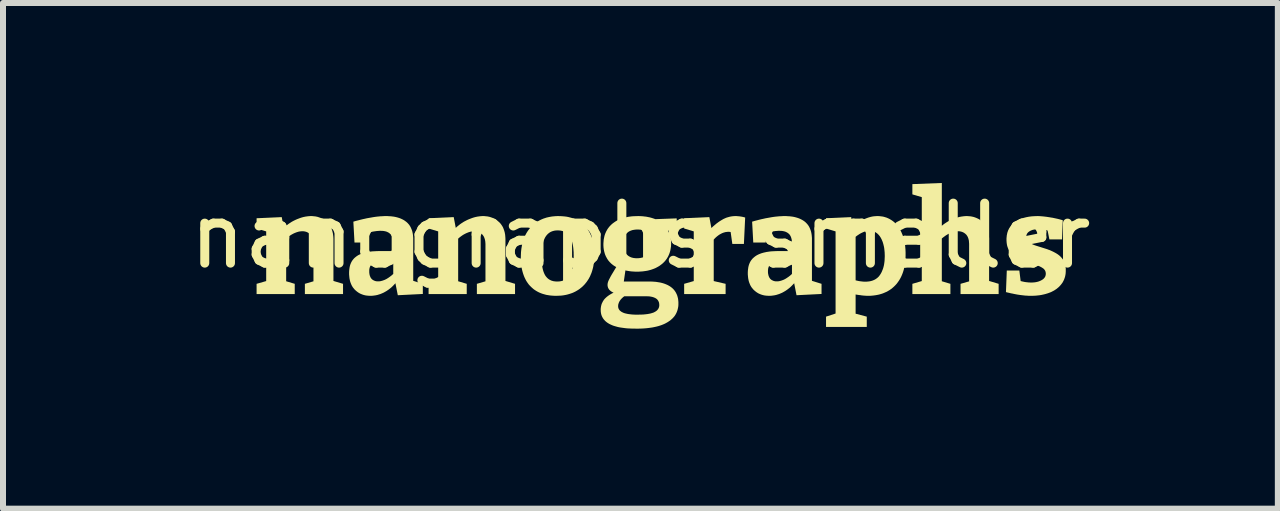
<source format=kicad_pcb>
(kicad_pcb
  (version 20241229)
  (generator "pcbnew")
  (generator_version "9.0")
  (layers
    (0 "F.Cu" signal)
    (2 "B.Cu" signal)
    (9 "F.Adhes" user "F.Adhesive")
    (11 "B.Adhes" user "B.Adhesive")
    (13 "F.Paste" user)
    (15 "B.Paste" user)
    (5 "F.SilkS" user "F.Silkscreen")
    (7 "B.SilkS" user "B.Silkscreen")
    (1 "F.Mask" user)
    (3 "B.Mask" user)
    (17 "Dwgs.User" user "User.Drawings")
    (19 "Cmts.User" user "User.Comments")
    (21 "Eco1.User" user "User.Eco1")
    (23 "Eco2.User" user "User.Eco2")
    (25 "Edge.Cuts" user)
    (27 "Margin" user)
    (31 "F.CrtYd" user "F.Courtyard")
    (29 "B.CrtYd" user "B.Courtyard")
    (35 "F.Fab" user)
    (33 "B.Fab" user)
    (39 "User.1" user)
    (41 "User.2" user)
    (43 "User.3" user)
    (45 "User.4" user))
  (footprint "nanographs smaller"
    (layer "F.Cu")
    (at 7.625 1.381)
    (property "Reference" "nanographs smaller" (at 0 -0.5 0) (unlocked yes) (layer "F.SilkS") (effects (font (size 1 1) (thickness 0.15))))
    (fp_poly (pts (xy 1.604 -0.829) (xy 1.623 -0.827) (xy 1.643 -0.826) (xy 1.663 -0.823) (xy 1.683 -0.82) (xy 1.704 -0.816) (xy 1.725 -0.811) (xy 1.746 -0.805) (xy 1.725 -0.365) (xy 1.532 -0.365) (xy 1.504 -0.563) (xy 1.5 -0.564) (xy 1.496 -0.565) (xy 1.493 -0.565) (xy 1.489 -0.566) (xy 1.486 -0.566) (xy 1.482 -0.566) (xy 1.478 -0.567) (xy 1.475 -0.567) (xy 1.471 -0.567) (xy 1.468 -0.567) (xy 1.458 -0.567) (xy 1.449 -0.566) (xy 1.44 -0.565) (xy 1.431 -0.564) (xy 1.422 -0.563) (xy 1.412 -0.561) (xy 1.403 -0.558) (xy 1.394 -0.556) (xy 1.385 -0.553) (xy 1.375 -0.549) (xy 1.366 -0.546) (xy 1.357 -0.542) (xy 1.348 -0.537) (xy 1.338 -0.532) (xy 1.329 -0.527) (xy 1.32 -0.522) (xy 1.311 -0.516) (xy 1.302 -0.51) (xy 1.294 -0.504) (xy 1.285 -0.497) (xy 1.277 -0.491) (xy 1.269 -0.484) (xy 1.261 -0.477) (xy 1.253 -0.47) (xy 1.246 -0.463) (xy 1.238 -0.455) (xy 1.231 -0.447) (xy 1.224 -0.439) (xy 1.222 -0.438) (xy 1.222 0.254) (xy 1.42 0.3) (xy 1.42 0.471) (xy 0.729 0.471) (xy 0.729 0.3) (xy 0.889 0.254) (xy 0.889 -0.574) (xy 0.729 -0.622) (xy 0.729 -0.793) (xy 1.149 -0.812) (xy 1.183 -0.63) (xy 1.202 -0.648) (xy 1.215 -0.66) (xy 1.229 -0.672) (xy 1.242 -0.683) (xy 1.255 -0.694) (xy 1.268 -0.705) (xy 1.282 -0.715) (xy 1.295 -0.725) (xy 1.308 -0.734) (xy 1.321 -0.743) (xy 1.334 -0.751) (xy 1.347 -0.759) (xy 1.361 -0.767) (xy 1.374 -0.775) (xy 1.387 -0.782) (xy 1.4 -0.788) (xy 1.414 -0.794) (xy 1.427 -0.8) (xy 1.441 -0.805) (xy 1.455 -0.809) (xy 1.469 -0.813) (xy 1.483 -0.817) (xy 1.497 -0.82) (xy 1.511 -0.823) (xy 1.526 -0.825) (xy 1.54 -0.827) (xy 1.555 -0.828) (xy 1.57 -0.829) (xy 1.584 -0.829)) (stroke (width 0) (type solid)) (fill yes) (layer "F.SilkS"))
    (fp_poly (pts (xy -5.471 -0.829) (xy -5.451 -0.827) (xy -5.432 -0.825) (xy -5.413 -0.823) (xy -5.395 -0.819) (xy -5.377 -0.815) (xy -5.36 -0.809) (xy -5.343 -0.803) (xy -5.326 -0.797) (xy -5.31 -0.789) (xy -5.294 -0.781) (xy -5.279 -0.771) (xy -5.264 -0.761) (xy -5.249 -0.751) (xy -5.235 -0.739) (xy -5.222 -0.727) (xy -5.209 -0.714) (xy -5.197 -0.7) (xy -5.185 -0.685) (xy -5.175 -0.67) (xy -5.165 -0.654) (xy -5.157 -0.637) (xy -5.149 -0.619) (xy -5.142 -0.6) (xy -5.136 -0.581) (xy -5.131 -0.561) (xy -5.126 -0.54) (xy -5.123 -0.518) (xy -5.12 -0.495) (xy -5.118 -0.471) (xy -5.117 -0.447) (xy -5.117 -0.422) (xy -5.117 0.252) (xy -4.957 0.3) (xy -4.957 0.471) (xy -5.593 0.471) (xy -5.593 0.3) (xy -5.45 0.258) (xy -5.45 -0.35) (xy -5.45 -0.365) (xy -5.451 -0.379) (xy -5.452 -0.392) (xy -5.454 -0.405) (xy -5.455 -0.417) (xy -5.458 -0.429) (xy -5.46 -0.441) (xy -5.463 -0.452) (xy -5.467 -0.462) (xy -5.471 -0.472) (xy -5.475 -0.481) (xy -5.48 -0.491) (xy -5.485 -0.499) (xy -5.49 -0.507) (xy -5.496 -0.515) (xy -5.503 -0.522) (xy -5.509 -0.528) (xy -5.516 -0.535) (xy -5.523 -0.54) (xy -5.53 -0.546) (xy -5.537 -0.551) (xy -5.545 -0.555) (xy -5.553 -0.559) (xy -5.561 -0.563) (xy -5.569 -0.566) (xy -5.578 -0.569) (xy -5.587 -0.571) (xy -5.596 -0.573) (xy -5.606 -0.575) (xy -5.616 -0.576) (xy -5.626 -0.576) (xy -5.636 -0.577) (xy -5.644 -0.576) (xy -5.652 -0.576) (xy -5.661 -0.575) (xy -5.669 -0.574) (xy -5.677 -0.573) (xy -5.686 -0.572) (xy -5.695 -0.57) (xy -5.703 -0.568) (xy -5.712 -0.565) (xy -5.721 -0.563) (xy -5.73 -0.56) (xy -5.739 -0.556) (xy -5.748 -0.553) (xy -5.758 -0.549) (xy -5.767 -0.545) (xy -5.777 -0.541) (xy -5.786 -0.536) (xy -5.796 -0.531) (xy -5.805 -0.526) (xy -5.814 -0.521) (xy -5.824 -0.515) (xy -5.833 -0.509) (xy -5.843 -0.503) (xy -5.852 -0.496) (xy -5.861 -0.489) (xy -5.871 -0.482) (xy -5.88 -0.475) (xy -5.889 -0.467) (xy -5.899 -0.459) (xy -5.905 -0.454) (xy -5.905 0.257) (xy -5.762 0.3) (xy -5.762 0.471) (xy -6.398 0.471) (xy -6.398 0.3) (xy -6.238 0.254) (xy -6.238 -0.574) (xy -6.398 -0.622) (xy -6.398 -0.793) (xy -5.979 -0.812) (xy -5.945 -0.633) (xy -5.936 -0.642) (xy -5.921 -0.655) (xy -5.906 -0.667) (xy -5.891 -0.679) (xy -5.876 -0.691) (xy -5.861 -0.702) (xy -5.846 -0.712) (xy -5.83 -0.722) (xy -5.815 -0.732) (xy -5.799 -0.741) (xy -5.784 -0.749) (xy -5.768 -0.757) (xy -5.752 -0.765) (xy -5.736 -0.772) (xy -5.72 -0.779) (xy -5.704 -0.785) (xy -5.688 -0.791) (xy -5.672 -0.797) (xy -5.657 -0.802) (xy -5.641 -0.807) (xy -5.626 -0.811) (xy -5.61 -0.815) (xy -5.595 -0.818) (xy -5.58 -0.821) (xy -5.565 -0.823) (xy -5.55 -0.825) (xy -5.535 -0.827) (xy -5.52 -0.828) (xy -5.505 -0.829) (xy -5.491 -0.829)) (stroke (width 0) (type solid)) (fill yes) (layer "F.SilkS"))
    (fp_poly (pts (xy -2.603 -0.829) (xy -2.584 -0.827) (xy -2.565 -0.825) (xy -2.546 -0.823) (xy -2.528 -0.819) (xy -2.51 -0.815) (xy -2.492 -0.809) (xy -2.475 -0.803) (xy -2.459 -0.797) (xy -2.442 -0.789) (xy -2.427 -0.781) (xy -2.411 -0.771) (xy -2.397 -0.761) (xy -2.382 -0.751) (xy -2.368 -0.739) (xy -2.354 -0.727) (xy -2.341 -0.714) (xy -2.329 -0.7) (xy -2.318 -0.685) (xy -2.308 -0.67) (xy -2.298 -0.654) (xy -2.289 -0.637) (xy -2.282 -0.619) (xy -2.275 -0.6) (xy -2.269 -0.581) (xy -2.263 -0.561) (xy -2.259 -0.54) (xy -2.255 -0.518) (xy -2.253 -0.495) (xy -2.251 -0.471) (xy -2.25 -0.447) (xy -2.25 -0.422) (xy -2.25 0.252) (xy -2.09 0.3) (xy -2.09 0.471) (xy -2.726 0.471) (xy -2.726 0.3) (xy -2.583 0.258) (xy -2.583 -0.35) (xy -2.583 -0.365) (xy -2.584 -0.379) (xy -2.585 -0.392) (xy -2.586 -0.405) (xy -2.588 -0.417) (xy -2.59 -0.429) (xy -2.593 -0.441) (xy -2.596 -0.452) (xy -2.6 -0.462) (xy -2.603 -0.472) (xy -2.608 -0.481) (xy -2.612 -0.491) (xy -2.618 -0.499) (xy -2.623 -0.507) (xy -2.629 -0.515) (xy -2.635 -0.522) (xy -2.642 -0.528) (xy -2.648 -0.535) (xy -2.655 -0.54) (xy -2.662 -0.546) (xy -2.67 -0.551) (xy -2.678 -0.555) (xy -2.686 -0.559) (xy -2.694 -0.563) (xy -2.702 -0.566) (xy -2.711 -0.569) (xy -2.72 -0.571) (xy -2.729 -0.573) (xy -2.739 -0.575) (xy -2.748 -0.576) (xy -2.758 -0.576) (xy -2.769 -0.577) (xy -2.777 -0.576) (xy -2.785 -0.576) (xy -2.793 -0.575) (xy -2.802 -0.574) (xy -2.81 -0.573) (xy -2.819 -0.572) (xy -2.827 -0.57) (xy -2.836 -0.568) (xy -2.845 -0.565) (xy -2.854 -0.563) (xy -2.863 -0.56) (xy -2.872 -0.556) (xy -2.881 -0.553) (xy -2.89 -0.549) (xy -2.9 -0.545) (xy -2.909 -0.541) (xy -2.919 -0.536) (xy -2.928 -0.531) (xy -2.938 -0.526) (xy -2.947 -0.521) (xy -2.957 -0.515) (xy -2.966 -0.509) (xy -2.975 -0.503) (xy -2.985 -0.496) (xy -2.994 -0.489) (xy -3.004 -0.482) (xy -3.013 -0.475) (xy -3.022 -0.467) (xy -3.031 -0.459) (xy -3.038 -0.454) (xy -3.038 0.257) (xy -2.895 0.3) (xy -2.895 0.471) (xy -3.531 0.471) (xy -3.531 0.3) (xy -3.371 0.254) (xy -3.371 -0.574) (xy -3.531 -0.622) (xy -3.531 -0.793) (xy -3.112 -0.812) (xy -3.078 -0.633) (xy -3.068 -0.642) (xy -3.054 -0.655) (xy -3.039 -0.667) (xy -3.024 -0.679) (xy -3.009 -0.691) (xy -2.994 -0.702) (xy -2.979 -0.712) (xy -2.963 -0.722) (xy -2.948 -0.732) (xy -2.932 -0.741) (xy -2.916 -0.749) (xy -2.901 -0.757) (xy -2.885 -0.765) (xy -2.869 -0.772) (xy -2.853 -0.779) (xy -2.837 -0.785) (xy -2.821 -0.791) (xy -2.805 -0.797) (xy -2.79 -0.802) (xy -2.774 -0.807) (xy -2.759 -0.811) (xy -2.743 -0.815) (xy -2.728 -0.818) (xy -2.713 -0.821) (xy -2.698 -0.823) (xy -2.683 -0.825) (xy -2.668 -0.827) (xy -2.653 -0.828) (xy -2.638 -0.829) (xy -2.623 -0.829)) (stroke (width 0) (type solid)) (fill yes) (layer "F.SilkS"))
    (fp_poly (pts (xy 5.024 -0.668) (xy 5.038 -0.679) (xy 5.053 -0.691) (xy 5.068 -0.702) (xy 5.083 -0.712) (xy 5.098 -0.722) (xy 5.114 -0.732) (xy 5.129 -0.741) (xy 5.145 -0.749) (xy 5.161 -0.757) (xy 5.177 -0.765) (xy 5.193 -0.772) (xy 5.209 -0.779) (xy 5.225 -0.785) (xy 5.241 -0.791) (xy 5.256 -0.797) (xy 5.272 -0.802) (xy 5.288 -0.807) (xy 5.303 -0.811) (xy 5.318 -0.815) (xy 5.334 -0.818) (xy 5.349 -0.821) (xy 5.364 -0.823) (xy 5.379 -0.825) (xy 5.394 -0.827) (xy 5.409 -0.828) (xy 5.423 -0.829) (xy 5.438 -0.829) (xy 5.451 -0.829) (xy 5.464 -0.828) (xy 5.477 -0.827) (xy 5.49 -0.826) (xy 5.503 -0.825) (xy 5.515 -0.823) (xy 5.528 -0.82) (xy 5.54 -0.818) (xy 5.552 -0.815) (xy 5.564 -0.811) (xy 5.575 -0.808) (xy 5.587 -0.803) (xy 5.598 -0.799) (xy 5.609 -0.794) (xy 5.62 -0.789) (xy 5.631 -0.784) (xy 5.641 -0.778) (xy 5.652 -0.772) (xy 5.662 -0.765) (xy 5.671 -0.758) (xy 5.681 -0.751) (xy 5.69 -0.743) (xy 5.699 -0.735) (xy 5.707 -0.727) (xy 5.715 -0.718) (xy 5.723 -0.709) (xy 5.731 -0.7) (xy 5.738 -0.69) (xy 5.745 -0.68) (xy 5.752 -0.67) (xy 5.758 -0.659) (xy 5.764 -0.648) (xy 5.77 -0.637) (xy 5.776 -0.625) (xy 5.781 -0.613) (xy 5.786 -0.601) (xy 5.79 -0.588) (xy 5.794 -0.575) (xy 5.798 -0.562) (xy 5.801 -0.548) (xy 5.804 -0.534) (xy 5.806 -0.519) (xy 5.808 -0.504) (xy 5.81 -0.489) (xy 5.811 -0.473) (xy 5.812 -0.457) (xy 5.812 -0.441) (xy 5.812 -0.424) (xy 5.812 0.252) (xy 5.971 0.3) (xy 5.971 0.471) (xy 5.336 0.471) (xy 5.336 0.3) (xy 5.479 0.259) (xy 5.479 -0.353) (xy 5.479 -0.367) (xy 5.478 -0.38) (xy 5.477 -0.393) (xy 5.476 -0.406) (xy 5.475 -0.418) (xy 5.473 -0.43) (xy 5.47 -0.441) (xy 5.467 -0.452) (xy 5.464 -0.462) (xy 5.46 -0.472) (xy 5.456 -0.482) (xy 5.451 -0.491) (xy 5.446 -0.499) (xy 5.441 -0.507) (xy 5.435 -0.515) (xy 5.429 -0.522) (xy 5.422 -0.528) (xy 5.415 -0.535) (xy 5.408 -0.54) (xy 5.4 -0.546) (xy 5.393 -0.551) (xy 5.385 -0.555) (xy 5.377 -0.559) (xy 5.368 -0.563) (xy 5.36 -0.566) (xy 5.351 -0.569) (xy 5.342 -0.571) (xy 5.333 -0.573) (xy 5.323 -0.575) (xy 5.313 -0.576) (xy 5.303 -0.576) (xy 5.293 -0.577) (xy 5.285 -0.576) (xy 5.277 -0.576) (xy 5.268 -0.575) (xy 5.26 -0.574) (xy 5.251 -0.573) (xy 5.243 -0.572) (xy 5.234 -0.57) (xy 5.226 -0.568) (xy 5.217 -0.565) (xy 5.208 -0.563) (xy 5.199 -0.56) (xy 5.19 -0.556) (xy 5.18 -0.553) (xy 5.171 -0.549) (xy 5.162 -0.545) (xy 5.152 -0.541) (xy 5.143 -0.536) (xy 5.133 -0.531) (xy 5.124 -0.526) (xy 5.114 -0.521) (xy 5.105 -0.515) (xy 5.095 -0.509) (xy 5.086 -0.503) (xy 5.076 -0.496) (xy 5.067 -0.489) (xy 5.057 -0.482) (xy 5.048 -0.475) (xy 5.038 -0.467) (xy 5.028 -0.459) (xy 5.024 -0.455) (xy 5.024 0.257) (xy 5.167 0.3) (xy 5.167 0.471) (xy 4.533 0.471) (xy 4.533 0.3) (xy 4.69 0.254) (xy 4.69 -1.145) (xy 4.533 -1.191) (xy 4.533 -1.362) (xy 5.024 -1.381)) (stroke (width 0) (type solid)) (fill yes) (layer "F.SilkS"))
    (fp_poly (pts (xy 3.968 -0.829) (xy 3.985 -0.828) (xy 4.002 -0.826) (xy 4.018 -0.824) (xy 4.034 -0.822) (xy 4.05 -0.819) (xy 4.066 -0.815) (xy 4.081 -0.81) (xy 4.096 -0.806) (xy 4.111 -0.8) (xy 4.125 -0.794) (xy 4.14 -0.787) (xy 4.154 -0.78) (xy 4.167 -0.772) (xy 4.181 -0.764) (xy 4.194 -0.755) (xy 4.207 -0.746) (xy 4.22 -0.736) (xy 4.232 -0.726) (xy 4.244 -0.715) (xy 4.255 -0.703) (xy 4.266 -0.691) (xy 4.277 -0.679) (xy 4.288 -0.666) (xy 4.298 -0.652) (xy 4.307 -0.638) (xy 4.317 -0.623) (xy 4.326 -0.608) (xy 4.334 -0.592) (xy 4.343 -0.575) (xy 4.351 -0.558) (xy 4.358 -0.541) (xy 4.366 -0.523) (xy 4.373 -0.505) (xy 4.379 -0.486) (xy 4.385 -0.467) (xy 4.391 -0.447) (xy 4.396 -0.426) (xy 4.401 -0.406) (xy 4.405 -0.384) (xy 4.408 -0.362) (xy 4.412 -0.34) (xy 4.414 -0.317) (xy 4.416 -0.294) (xy 4.418 -0.27) (xy 4.419 -0.246) (xy 4.42 -0.221) (xy 4.42 -0.196) (xy 4.42 -0.167) (xy 4.419 -0.139) (xy 4.418 -0.112) (xy 4.415 -0.085) (xy 4.413 -0.059) (xy 4.409 -0.033) (xy 4.405 -0.008) (xy 4.401 0.016) (xy 4.395 0.04) (xy 4.39 0.063) (xy 4.383 0.086) (xy 4.376 0.108) (xy 4.368 0.13) (xy 4.36 0.15) (xy 4.351 0.171) (xy 4.342 0.19) (xy 4.332 0.209) (xy 4.321 0.228) (xy 4.31 0.246) (xy 4.298 0.263) (xy 4.286 0.28) (xy 4.274 0.296) (xy 4.261 0.311) (xy 4.247 0.326) (xy 4.233 0.34) (xy 4.218 0.354) (xy 4.203 0.367) (xy 4.188 0.38) (xy 4.172 0.391) (xy 4.155 0.403) (xy 4.138 0.413) (xy 4.12 0.424) (xy 4.103 0.433) (xy 4.084 0.441) (xy 4.066 0.449) (xy 4.047 0.457) (xy 4.028 0.464) (xy 4.008 0.47) (xy 3.988 0.476) (xy 3.968 0.481) (xy 3.947 0.485) (xy 3.926 0.489) (xy 3.905 0.492) (xy 3.883 0.495) (xy 3.861 0.497) (xy 3.838 0.499) (xy 3.815 0.5) (xy 3.792 0.5) (xy 3.777 0.5) (xy 3.763 0.499) (xy 3.748 0.498) (xy 3.733 0.497) (xy 3.718 0.496) (xy 3.703 0.494) (xy 3.688 0.493) (xy 3.673 0.49) (xy 3.657 0.488) (xy 3.641 0.486) (xy 3.625 0.484) (xy 3.609 0.481) (xy 3.593 0.479) (xy 3.587 0.477) (xy 3.587 0.798) (xy 3.773 0.847) (xy 3.773 1.019) (xy 3.094 1.019) (xy 3.094 0.847) (xy 3.253 0.795) (xy 3.253 0.242) (xy 3.587 0.242) (xy 3.601 0.245) (xy 3.627 0.251) (xy 3.653 0.256) (xy 3.678 0.259) (xy 3.702 0.262) (xy 3.726 0.264) (xy 3.749 0.264) (xy 3.77 0.264) (xy 3.79 0.262) (xy 3.809 0.26) (xy 3.828 0.257) (xy 3.845 0.253) (xy 3.863 0.248) (xy 3.879 0.242) (xy 3.895 0.235) (xy 3.91 0.228) (xy 3.924 0.219) (xy 3.937 0.21) (xy 3.95 0.2) (xy 3.962 0.189) (xy 3.974 0.177) (xy 3.984 0.164) (xy 3.994 0.15) (xy 4.004 0.135) (xy 4.012 0.12) (xy 4.021 0.104) (xy 4.028 0.087) (xy 4.035 0.07) (xy 4.042 0.052) (xy 4.048 0.034) (xy 4.053 0.015) (xy 4.058 -0.005) (xy 4.062 -0.026) (xy 4.065 -0.047) (xy 4.068 -0.069) (xy 4.07 -0.091) (xy 4.071 -0.114) (xy 4.072 -0.138) (xy 4.073 -0.162) (xy 4.072 -0.194) (xy 4.071 -0.225) (xy 4.068 -0.255) (xy 4.065 -0.284) (xy 4.061 -0.311) (xy 4.055 -0.337) (xy 4.049 -0.362) (xy 4.042 -0.386) (xy 4.038 -0.398) (xy 4.034 -0.409) (xy 4.029 -0.42) (xy 4.025 -0.431) (xy 4.02 -0.441) (xy 4.015 -0.451) (xy 4.01 -0.461) (xy 4.005 -0.47) (xy 3.999 -0.479) (xy 3.994 -0.487) (xy 3.988 -0.496) (xy 3.982 -0.503) (xy 3.976 -0.511) (xy 3.969 -0.518) (xy 3.963 -0.525) (xy 3.956 -0.531) (xy 3.949 -0.538) (xy 3.942 -0.544) (xy 3.934 -0.549) (xy 3.927 -0.554) (xy 3.919 -0.559) (xy 3.911 -0.563) (xy 3.903 -0.567) (xy 3.895 -0.571) (xy 3.886 -0.574) (xy 3.877 -0.576) (xy 3.868 -0.579) (xy 3.859 -0.58) (xy 3.85 -0.582) (xy 3.84 -0.583) (xy 3.83 -0.583) (xy 3.82 -0.584) (xy 3.812 -0.584) (xy 3.805 -0.583) (xy 3.797 -0.582) (xy 3.789 -0.582) (xy 3.781 -0.58) (xy 3.773 -0.579) (xy 3.765 -0.577) (xy 3.757 -0.575) (xy 3.748 -0.573) (xy 3.74 -0.571) (xy 3.732 -0.568) (xy 3.723 -0.565) (xy 3.715 -0.562) (xy 3.706 -0.558) (xy 3.698 -0.554) (xy 3.689 -0.55) (xy 3.681 -0.546) (xy 3.672 -0.541) (xy 3.663 -0.537) (xy 3.654 -0.531) (xy 3.646 -0.526) (xy 3.637 -0.52) (xy 3.628 -0.514) (xy 3.619 -0.508) (xy 3.61 -0.502) (xy 3.601 -0.495) (xy 3.592 -0.488) (xy 3.587 -0.483) (xy 3.587 0.242) (xy 3.253 0.242) (xy 3.253 -0.574) (xy 3.094 -0.622) (xy 3.094 -0.793) (xy 3.513 -0.812) (xy 3.543 -0.65) (xy 3.569 -0.671) (xy 3.596 -0.692) (xy 3.623 -0.712) (xy 3.65 -0.731) (xy 3.677 -0.747) (xy 3.69 -0.755) (xy 3.703 -0.763) (xy 3.717 -0.77) (xy 3.73 -0.777) (xy 3.743 -0.783) (xy 3.757 -0.789) (xy 3.77 -0.794) (xy 3.784 -0.799) (xy 3.797 -0.804) (xy 3.811 -0.808) (xy 3.825 -0.812) (xy 3.839 -0.816) (xy 3.853 -0.819) (xy 3.866 -0.822) (xy 3.88 -0.824) (xy 3.894 -0.826) (xy 3.909 -0.827) (xy 3.923 -0.828) (xy 3.937 -0.829) (xy 3.951 -0.829)) (stroke (width 0) (type solid)) (fill yes) (layer "F.SilkS"))
    (fp_poly (pts (xy -4.214 -0.829) (xy -4.188 -0.827) (xy -4.162 -0.826) (xy -4.137 -0.823) (xy -4.113 -0.82) (xy -4.09 -0.816) (xy -4.068 -0.811) (xy -4.046 -0.805) (xy -4.026 -0.799) (xy -4.006 -0.792) (xy -3.987 -0.784) (xy -3.968 -0.775) (xy -3.951 -0.766) (xy -3.934 -0.756) (xy -3.919 -0.745) (xy -3.904 -0.734) (xy -3.889 -0.721) (xy -3.876 -0.708) (xy -3.864 -0.694) (xy -3.852 -0.68) (xy -3.842 -0.664) (xy -3.832 -0.648) (xy -3.824 -0.63) (xy -3.816 -0.612) (xy -3.809 -0.593) (xy -3.803 -0.574) (xy -3.798 -0.553) (xy -3.794 -0.532) (xy -3.791 -0.51) (xy -3.789 -0.487) (xy -3.787 -0.463) (xy -3.787 -0.438) (xy -3.787 0.25) (xy -3.627 0.3) (xy -3.627 0.469) (xy -4.044 0.49) (xy -4.084 0.29) (xy -4.09 0.297) (xy -4.102 0.31) (xy -4.114 0.323) (xy -4.127 0.336) (xy -4.139 0.348) (xy -4.152 0.36) (xy -4.165 0.371) (xy -4.178 0.381) (xy -4.191 0.391) (xy -4.204 0.401) (xy -4.218 0.41) (xy -4.231 0.419) (xy -4.245 0.427) (xy -4.259 0.435) (xy -4.273 0.443) (xy -4.287 0.45) (xy -4.301 0.456) (xy -4.315 0.462) (xy -4.329 0.468) (xy -4.343 0.473) (xy -4.358 0.477) (xy -4.372 0.482) (xy -4.386 0.486) (xy -4.401 0.489) (xy -4.415 0.492) (xy -4.43 0.494) (xy -4.445 0.496) (xy -4.459 0.498) (xy -4.474 0.499) (xy -4.489 0.5) (xy -4.504 0.5) (xy -4.522 0.499) (xy -4.541 0.498) (xy -4.559 0.496) (xy -4.577 0.494) (xy -4.594 0.49) (xy -4.611 0.486) (xy -4.627 0.481) (xy -4.643 0.475) (xy -4.658 0.469) (xy -4.674 0.462) (xy -4.688 0.454) (xy -4.703 0.445) (xy -4.717 0.435) (xy -4.73 0.425) (xy -4.743 0.414) (xy -4.756 0.402) (xy -4.768 0.39) (xy -4.779 0.376) (xy -4.79 0.363) (xy -4.8 0.348) (xy -4.809 0.333) (xy -4.817 0.317) (xy -4.824 0.3) (xy -4.831 0.283) (xy -4.837 0.265) (xy -4.842 0.247) (xy -4.846 0.227) (xy -4.85 0.207) (xy -4.852 0.187) (xy -4.854 0.166) (xy -4.856 0.144) (xy -4.856 0.121) (xy -4.856 0.104) (xy -4.855 0.088) (xy -4.855 0.088) (xy -4.52 0.088) (xy -4.52 0.099) (xy -4.52 0.109) (xy -4.519 0.119) (xy -4.518 0.129) (xy -4.516 0.138) (xy -4.515 0.148) (xy -4.513 0.156) (xy -4.51 0.165) (xy -4.507 0.173) (xy -4.504 0.18) (xy -4.501 0.188) (xy -4.497 0.195) (xy -4.494 0.201) (xy -4.489 0.207) (xy -4.485 0.213) (xy -4.48 0.219) (xy -4.474 0.224) (xy -4.469 0.228) (xy -4.463 0.233) (xy -4.457 0.237) (xy -4.451 0.24) (xy -4.445 0.243) (xy -4.438 0.246) (xy -4.432 0.249) (xy -4.425 0.252) (xy -4.418 0.254) (xy -4.411 0.255) (xy -4.403 0.257) (xy -4.396 0.258) (xy -4.388 0.259) (xy -4.381 0.259) (xy -4.373 0.259) (xy -4.365 0.259) (xy -4.358 0.259) (xy -4.35 0.258) (xy -4.342 0.257) (xy -4.334 0.256) (xy -4.326 0.254) (xy -4.318 0.252) (xy -4.31 0.25) (xy -4.302 0.248) (xy -4.294 0.245) (xy -4.285 0.242) (xy -4.277 0.239) (xy -4.268 0.236) (xy -4.259 0.232) (xy -4.251 0.228) (xy -4.242 0.224) (xy -4.233 0.219) (xy -4.224 0.214) (xy -4.215 0.208) (xy -4.206 0.203) (xy -4.198 0.197) (xy -4.189 0.191) (xy -4.181 0.185) (xy -4.172 0.179) (xy -4.164 0.172) (xy -4.155 0.166) (xy -4.147 0.159) (xy -4.139 0.152) (xy -4.13 0.144) (xy -4.122 0.137) (xy -4.12 0.135) (xy -4.12 -0.069) (xy -4.301 -0.069) (xy -4.316 -0.069) (xy -4.331 -0.069) (xy -4.345 -0.068) (xy -4.358 -0.067) (xy -4.371 -0.066) (xy -4.383 -0.064) (xy -4.395 -0.062) (xy -4.406 -0.06) (xy -4.416 -0.057) (xy -4.426 -0.054) (xy -4.435 -0.051) (xy -4.444 -0.048) (xy -4.452 -0.044) (xy -4.46 -0.04) (xy -4.466 -0.036) (xy -4.473 -0.031) (xy -4.478 -0.026) (xy -4.484 -0.021) (xy -4.489 -0.015) (xy -4.493 -0.009) (xy -4.498 -0.003) (xy -4.502 0.003) (xy -4.505 0.01) (xy -4.508 0.018) (xy -4.511 0.025) (xy -4.514 0.033) (xy -4.516 0.041) (xy -4.517 0.05) (xy -4.519 0.059) (xy -4.52 0.068) (xy -4.52 0.078) (xy -4.52 0.088) (xy -4.855 0.088) (xy -4.854 0.072) (xy -4.852 0.057) (xy -4.85 0.042) (xy -4.848 0.027) (xy -4.845 0.013) (xy -4.842 -0.000264) (xy -4.838 -0.013) (xy -4.834 -0.026) (xy -4.829 -0.038) (xy -4.824 -0.05) (xy -4.818 -0.062) (xy -4.812 -0.073) (xy -4.806 -0.083) (xy -4.799 -0.093) (xy -4.791 -0.103) (xy -4.783 -0.113) (xy -4.775 -0.122) (xy -4.766 -0.131) (xy -4.757 -0.139) (xy -4.747 -0.147) (xy -4.737 -0.155) (xy -4.726 -0.163) (xy -4.715 -0.17) (xy -4.704 -0.177) (xy -4.692 -0.183) (xy -4.68 -0.189) (xy -4.668 -0.195) (xy -4.655 -0.2) (xy -4.641 -0.205) (xy -4.627 -0.21) (xy -4.613 -0.214) (xy -4.599 -0.218) (xy -4.584 -0.222) (xy -4.568 -0.225) (xy -4.553 -0.229) (xy -4.537 -0.232) (xy -4.52 -0.234) (xy -4.504 -0.237) (xy -4.469 -0.241) (xy -4.433 -0.243) (xy -4.395 -0.245) (xy -4.356 -0.246) (xy -4.12 -0.246) (xy -4.12 -0.377) (xy -4.12 -0.39) (xy -4.121 -0.403) (xy -4.122 -0.416) (xy -4.124 -0.428) (xy -4.126 -0.44) (xy -4.128 -0.451) (xy -4.131 -0.462) (xy -4.134 -0.472) (xy -4.138 -0.482) (xy -4.142 -0.491) (xy -4.146 -0.5) (xy -4.151 -0.508) (xy -4.156 -0.516) (xy -4.162 -0.523) (xy -4.168 -0.53) (xy -4.175 -0.536) (xy -4.182 -0.542) (xy -4.189 -0.547) (xy -4.196 -0.552) (xy -4.204 -0.557) (xy -4.213 -0.561) (xy -4.221 -0.565) (xy -4.23 -0.569) (xy -4.24 -0.572) (xy -4.25 -0.575) (xy -4.26 -0.577) (xy -4.271 -0.579) (xy -4.282 -0.581) (xy -4.293 -0.582) (xy -4.305 -0.583) (xy -4.317 -0.583) (xy -4.33 -0.584) (xy -4.342 -0.584) (xy -4.355 -0.583) (xy -4.368 -0.582) (xy -4.382 -0.581) (xy -4.395 -0.58) (xy -4.409 -0.578) (xy -4.423 -0.576) (xy -4.437 -0.574) (xy -4.451 -0.572) (xy -4.466 -0.569) (xy -4.481 -0.566) (xy -4.496 -0.562) (xy -4.512 -0.559) (xy -4.528 -0.554) (xy -4.532 -0.553) (xy -4.558 -0.388) (xy -4.766 -0.388) (xy -4.785 -0.736) (xy -4.745 -0.748) (xy -4.705 -0.758) (xy -4.667 -0.768) (xy -4.63 -0.777) (xy -4.593 -0.785) (xy -4.558 -0.793) (xy -4.523 -0.799) (xy -4.489 -0.805) (xy -4.456 -0.811) (xy -4.423 -0.816) (xy -4.391 -0.82) (xy -4.36 -0.823) (xy -4.329 -0.826) (xy -4.299 -0.827) (xy -4.27 -0.829) (xy -4.242 -0.829)) (stroke (width 0) (type solid)) (fill yes) (layer "F.SilkS"))
    (fp_poly (pts (xy 2.432 -0.829) (xy 2.458 -0.827) (xy 2.484 -0.826) (xy 2.509 -0.823) (xy 2.533 -0.82) (xy 2.556 -0.816) (xy 2.578 -0.811) (xy 2.6 -0.805) (xy 2.62 -0.799) (xy 2.64 -0.792) (xy 2.659 -0.784) (xy 2.678 -0.775) (xy 2.695 -0.766) (xy 2.712 -0.756) (xy 2.728 -0.745) (xy 2.743 -0.734) (xy 2.757 -0.721) (xy 2.77 -0.708) (xy 2.782 -0.694) (xy 2.794 -0.68) (xy 2.804 -0.664) (xy 2.814 -0.648) (xy 2.822 -0.63) (xy 2.83 -0.612) (xy 2.837 -0.593) (xy 2.843 -0.574) (xy 2.848 -0.553) (xy 2.852 -0.532) (xy 2.855 -0.51) (xy 2.857 -0.487) (xy 2.859 -0.463) (xy 2.859 -0.438) (xy 2.859 0.25) (xy 3.019 0.3) (xy 3.019 0.469) (xy 2.602 0.49) (xy 2.563 0.29) (xy 2.557 0.297) (xy 2.544 0.31) (xy 2.532 0.323) (xy 2.519 0.336) (xy 2.507 0.348) (xy 2.494 0.36) (xy 2.481 0.371) (xy 2.468 0.381) (xy 2.455 0.391) (xy 2.442 0.401) (xy 2.428 0.41) (xy 2.415 0.419) (xy 2.401 0.427) (xy 2.387 0.435) (xy 2.373 0.443) (xy 2.359 0.45) (xy 2.345 0.456) (xy 2.331 0.462) (xy 2.317 0.468) (xy 2.303 0.473) (xy 2.289 0.477) (xy 2.274 0.482) (xy 2.26 0.486) (xy 2.245 0.489) (xy 2.231 0.492) (xy 2.216 0.494) (xy 2.202 0.496) (xy 2.187 0.498) (xy 2.172 0.499) (xy 2.157 0.5) (xy 2.143 0.5) (xy 2.124 0.499) (xy 2.105 0.498) (xy 2.087 0.496) (xy 2.07 0.494) (xy 2.052 0.49) (xy 2.036 0.486) (xy 2.019 0.481) (xy 2.003 0.475) (xy 1.988 0.469) (xy 1.972 0.462) (xy 1.958 0.454) (xy 1.943 0.445) (xy 1.929 0.435) (xy 1.916 0.425) (xy 1.903 0.414) (xy 1.89 0.402) (xy 1.878 0.39) (xy 1.867 0.376) (xy 1.856 0.363) (xy 1.846 0.348) (xy 1.837 0.333) (xy 1.829 0.317) (xy 1.822 0.3) (xy 1.815 0.283) (xy 1.809 0.265) (xy 1.804 0.247) (xy 1.8 0.227) (xy 1.796 0.207) (xy 1.794 0.187) (xy 1.792 0.166) (xy 1.79 0.144) (xy 1.79 0.121) (xy 1.79 0.104) (xy 1.791 0.088) (xy 1.791 0.088) (xy 2.126 0.088) (xy 2.126 0.099) (xy 2.126 0.109) (xy 2.127 0.119) (xy 2.128 0.129) (xy 2.13 0.138) (xy 2.132 0.148) (xy 2.134 0.156) (xy 2.136 0.165) (xy 2.139 0.173) (xy 2.142 0.18) (xy 2.145 0.188) (xy 2.149 0.195) (xy 2.153 0.201) (xy 2.157 0.207) (xy 2.161 0.213) (xy 2.166 0.219) (xy 2.172 0.224) (xy 2.177 0.228) (xy 2.183 0.233) (xy 2.189 0.237) (xy 2.195 0.24) (xy 2.201 0.243) (xy 2.208 0.246) (xy 2.215 0.249) (xy 2.221 0.252) (xy 2.228 0.254) (xy 2.235 0.255) (xy 2.243 0.257) (xy 2.25 0.258) (xy 2.258 0.259) (xy 2.266 0.259) (xy 2.273 0.259) (xy 2.281 0.259) (xy 2.289 0.259) (xy 2.296 0.258) (xy 2.304 0.257) (xy 2.312 0.256) (xy 2.32 0.254) (xy 2.328 0.252) (xy 2.336 0.25) (xy 2.344 0.248) (xy 2.353 0.245) (xy 2.361 0.242) (xy 2.369 0.239) (xy 2.378 0.236) (xy 2.387 0.232) (xy 2.396 0.228) (xy 2.404 0.224) (xy 2.413 0.219) (xy 2.422 0.214) (xy 2.431 0.208) (xy 2.44 0.203) (xy 2.448 0.197) (xy 2.457 0.191) (xy 2.466 0.185) (xy 2.474 0.179) (xy 2.483 0.172) (xy 2.491 0.166) (xy 2.499 0.159) (xy 2.508 0.152) (xy 2.516 0.144) (xy 2.524 0.137) (xy 2.526 0.135) (xy 2.526 -0.069) (xy 2.345 -0.069) (xy 2.33 -0.069) (xy 2.315 -0.069) (xy 2.301 -0.068) (xy 2.288 -0.067) (xy 2.275 -0.066) (xy 2.263 -0.064) (xy 2.251 -0.062) (xy 2.24 -0.06) (xy 2.23 -0.057) (xy 2.22 -0.054) (xy 2.211 -0.051) (xy 2.202 -0.048) (xy 2.194 -0.044) (xy 2.187 -0.04) (xy 2.18 -0.036) (xy 2.173 -0.031) (xy 2.168 -0.026) (xy 2.162 -0.021) (xy 2.157 -0.015) (xy 2.153 -0.009) (xy 2.148 -0.003) (xy 2.144 0.003) (xy 2.141 0.01) (xy 2.138 0.018) (xy 2.135 0.025) (xy 2.133 0.033) (xy 2.13 0.041) (xy 2.129 0.05) (xy 2.128 0.059) (xy 2.127 0.068) (xy 2.126 0.078) (xy 2.126 0.088) (xy 1.791 0.088) (xy 1.792 0.072) (xy 1.794 0.057) (xy 1.796 0.042) (xy 1.798 0.027) (xy 1.801 0.013) (xy 1.804 -0.000264) (xy 1.808 -0.013) (xy 1.812 -0.026) (xy 1.817 -0.038) (xy 1.822 -0.05) (xy 1.828 -0.062) (xy 1.834 -0.073) (xy 1.84 -0.083) (xy 1.847 -0.093) (xy 1.855 -0.103) (xy 1.863 -0.113) (xy 1.871 -0.122) (xy 1.88 -0.131) (xy 1.89 -0.139) (xy 1.899 -0.147) (xy 1.909 -0.155) (xy 1.92 -0.163) (xy 1.931 -0.17) (xy 1.942 -0.177) (xy 1.954 -0.183) (xy 1.966 -0.189) (xy 1.979 -0.195) (xy 1.992 -0.2) (xy 2.005 -0.205) (xy 2.019 -0.21) (xy 2.033 -0.214) (xy 2.047 -0.218) (xy 2.062 -0.222) (xy 2.078 -0.225) (xy 2.093 -0.229) (xy 2.109 -0.232) (xy 2.126 -0.234) (xy 2.143 -0.237) (xy 2.177 -0.241) (xy 2.213 -0.243) (xy 2.251 -0.245) (xy 2.29 -0.246) (xy 2.526 -0.246) (xy 2.526 -0.377) (xy 2.526 -0.39) (xy 2.525 -0.403) (xy 2.524 -0.416) (xy 2.522 -0.428) (xy 2.521 -0.44) (xy 2.518 -0.451) (xy 2.515 -0.462) (xy 2.512 -0.472) (xy 2.509 -0.482) (xy 2.504 -0.491) (xy 2.5 -0.5) (xy 2.495 -0.508) (xy 2.49 -0.516) (xy 2.484 -0.523) (xy 2.478 -0.53) (xy 2.471 -0.536) (xy 2.464 -0.542) (xy 2.457 -0.547) (xy 2.45 -0.552) (xy 2.442 -0.557) (xy 2.433 -0.561) (xy 2.425 -0.565) (xy 2.416 -0.569) (xy 2.406 -0.572) (xy 2.396 -0.575) (xy 2.386 -0.577) (xy 2.375 -0.579) (xy 2.364 -0.581) (xy 2.353 -0.582) (xy 2.341 -0.583) (xy 2.329 -0.583) (xy 2.316 -0.584) (xy 2.304 -0.584) (xy 2.291 -0.583) (xy 2.278 -0.582) (xy 2.265 -0.581) (xy 2.251 -0.58) (xy 2.237 -0.578) (xy 2.223 -0.576) (xy 2.209 -0.574) (xy 2.195 -0.572) (xy 2.18 -0.569) (xy 2.165 -0.566) (xy 2.15 -0.562) (xy 2.134 -0.559) (xy 2.118 -0.554) (xy 2.114 -0.553) (xy 2.088 -0.388) (xy 1.881 -0.388) (xy 1.862 -0.736) (xy 1.902 -0.748) (xy 1.941 -0.758) (xy 1.979 -0.768) (xy 2.016 -0.777) (xy 2.053 -0.785) (xy 2.088 -0.793) (xy 2.123 -0.799) (xy 2.157 -0.805) (xy 2.19 -0.811) (xy 2.223 -0.816) (xy 2.255 -0.82) (xy 2.287 -0.823) (xy 2.317 -0.826) (xy 2.347 -0.827) (xy 2.376 -0.829) (xy 2.404 -0.829)) (stroke (width 0) (type solid)) (fill yes) (layer "F.SilkS"))
    (fp_poly (pts (xy -1.328 -0.828) (xy -1.294 -0.826) (xy -1.261 -0.823) (xy -1.23 -0.819) (xy -1.199 -0.813) (xy -1.169 -0.805) (xy -1.14 -0.797) (xy -1.112 -0.787) (xy -1.086 -0.776) (xy -1.06 -0.764) (xy -1.035 -0.75) (xy -1.011 -0.735) (xy -0.988 -0.719) (xy -0.966 -0.701) (xy -0.944 -0.682) (xy -0.924 -0.662) (xy -0.905 -0.641) (xy -0.887 -0.618) (xy -0.871 -0.595) (xy -0.856 -0.57) (xy -0.841 -0.544) (xy -0.829 -0.517) (xy -0.817 -0.49) (xy -0.806 -0.46) (xy -0.797 -0.43) (xy -0.789 -0.399) (xy -0.783 -0.367) (xy -0.777 -0.333) (xy -0.773 -0.299) (xy -0.77 -0.263) (xy -0.768 -0.226) (xy -0.767 -0.188) (xy -0.767 -0.162) (xy -0.768 -0.136) (xy -0.77 -0.11) (xy -0.772 -0.085) (xy -0.775 -0.06) (xy -0.778 -0.036) (xy -0.782 -0.012) (xy -0.786 0.011) (xy -0.791 0.034) (xy -0.797 0.056) (xy -0.803 0.078) (xy -0.81 0.1) (xy -0.817 0.121) (xy -0.826 0.141) (xy -0.834 0.161) (xy -0.843 0.181) (xy -0.853 0.199) (xy -0.863 0.218) (xy -0.874 0.235) (xy -0.886 0.253) (xy -0.897 0.269) (xy -0.91 0.285) (xy -0.923 0.301) (xy -0.936 0.316) (xy -0.95 0.33) (xy -0.965 0.344) (xy -0.98 0.358) (xy -0.995 0.37) (xy -1.011 0.383) (xy -1.028 0.395) (xy -1.045 0.406) (xy -1.062 0.416) (xy -1.081 0.427) (xy -1.099 0.436) (xy -1.118 0.445) (xy -1.137 0.453) (xy -1.157 0.46) (xy -1.178 0.467) (xy -1.198 0.473) (xy -1.22 0.479) (xy -1.241 0.484) (xy -1.263 0.488) (xy -1.286 0.492) (xy -1.309 0.495) (xy -1.332 0.497) (xy -1.356 0.498) (xy -1.381 0.499) (xy -1.405 0.5) (xy -1.44 0.499) (xy -1.474 0.497) (xy -1.506 0.494) (xy -1.538 0.489) (xy -1.569 0.484) (xy -1.598 0.476) (xy -1.627 0.468) (xy -1.655 0.458) (xy -1.682 0.447) (xy -1.707 0.435) (xy -1.732 0.421) (xy -1.756 0.406) (xy -1.779 0.39) (xy -1.8 0.372) (xy -1.821 0.353) (xy -1.841 0.333) (xy -1.86 0.312) (xy -1.877 0.289) (xy -1.893 0.266) (xy -1.908 0.241) (xy -1.921 0.215) (xy -1.934 0.188) (xy -1.945 0.16) (xy -1.955 0.131) (xy -1.964 0.101) (xy -1.972 0.07) (xy -1.979 0.038) (xy -1.984 0.004) (xy -1.988 -0.031) (xy -1.991 -0.066) (xy -1.993 -0.103) (xy -1.994 -0.141) (xy -1.993 -0.157) (xy -1.648 -0.157) (xy -1.648 -0.13) (xy -1.647 -0.104) (xy -1.646 -0.079) (xy -1.644 -0.054) (xy -1.642 -0.031) (xy -1.639 -0.008) (xy -1.636 0.013) (xy -1.632 0.034) (xy -1.628 0.053) (xy -1.623 0.072) (xy -1.618 0.09) (xy -1.612 0.106) (xy -1.606 0.122) (xy -1.599 0.137) (xy -1.592 0.151) (xy -1.584 0.164) (xy -1.58 0.17) (xy -1.576 0.176) (xy -1.571 0.181) (xy -1.567 0.187) (xy -1.562 0.192) (xy -1.557 0.197) (xy -1.553 0.202) (xy -1.548 0.207) (xy -1.542 0.211) (xy -1.537 0.216) (xy -1.532 0.22) (xy -1.526 0.224) (xy -1.521 0.227) (xy -1.515 0.231) (xy -1.509 0.234) (xy -1.503 0.237) (xy -1.497 0.24) (xy -1.491 0.243) (xy -1.484 0.246) (xy -1.478 0.248) (xy -1.471 0.25) (xy -1.464 0.252) (xy -1.457 0.254) (xy -1.45 0.256) (xy -1.435 0.258) (xy -1.42 0.26) (xy -1.405 0.261) (xy -1.389 0.262) (xy -1.377 0.261) (xy -1.365 0.261) (xy -1.354 0.26) (xy -1.343 0.259) (xy -1.333 0.257) (xy -1.322 0.255) (xy -1.312 0.253) (xy -1.302 0.25) (xy -1.293 0.247) (xy -1.284 0.243) (xy -1.275 0.239) (xy -1.266 0.235) (xy -1.257 0.23) (xy -1.249 0.225) (xy -1.241 0.22) (xy -1.234 0.214) (xy -1.227 0.208) (xy -1.219 0.201) (xy -1.213 0.194) (xy -1.206 0.187) (xy -1.199 0.179) (xy -1.193 0.171) (xy -1.187 0.163) (xy -1.182 0.154) (xy -1.176 0.145) (xy -1.171 0.135) (xy -1.166 0.125) (xy -1.161 0.114) (xy -1.156 0.104) (xy -1.152 0.092) (xy -1.147 0.081) (xy -1.143 0.069) (xy -1.14 0.056) (xy -1.136 0.044) (xy -1.133 0.031) (xy -1.13 0.017) (xy -1.127 0.003) (xy -1.125 -0.011) (xy -1.122 -0.025) (xy -1.12 -0.04) (xy -1.117 -0.071) (xy -1.114 -0.103) (xy -1.113 -0.137) (xy -1.112 -0.172) (xy -1.113 -0.198) (xy -1.113 -0.224) (xy -1.115 -0.249) (xy -1.117 -0.273) (xy -1.119 -0.296) (xy -1.122 -0.318) (xy -1.125 -0.339) (xy -1.129 -0.359) (xy -1.134 -0.379) (xy -1.138 -0.397) (xy -1.144 -0.415) (xy -1.15 -0.431) (xy -1.156 -0.447) (xy -1.163 -0.462) (xy -1.171 -0.475) (xy -1.179 -0.488) (xy -1.188 -0.501) (xy -1.192 -0.507) (xy -1.197 -0.512) (xy -1.202 -0.518) (xy -1.206 -0.523) (xy -1.211 -0.528) (xy -1.217 -0.533) (xy -1.222 -0.538) (xy -1.227 -0.542) (xy -1.233 -0.547) (xy -1.239 -0.551) (xy -1.244 -0.555) (xy -1.25 -0.558) (xy -1.256 -0.562) (xy -1.262 -0.565) (xy -1.269 -0.568) (xy -1.275 -0.571) (xy -1.282 -0.574) (xy -1.289 -0.576) (xy -1.295 -0.579) (xy -1.302 -0.581) (xy -1.309 -0.583) (xy -1.317 -0.584) (xy -1.331 -0.587) (xy -1.347 -0.589) (xy -1.363 -0.59) (xy -1.379 -0.591) (xy -1.396 -0.59) (xy -1.412 -0.589) (xy -1.428 -0.587) (xy -1.443 -0.584) (xy -1.457 -0.58) (xy -1.471 -0.576) (xy -1.485 -0.57) (xy -1.498 -0.564) (xy -1.51 -0.557) (xy -1.522 -0.549) (xy -1.533 -0.54) (xy -1.544 -0.531) (xy -1.554 -0.52) (xy -1.564 -0.509) (xy -1.573 -0.497) (xy -1.582 -0.484) (xy -1.59 -0.47) (xy -1.597 -0.456) (xy -1.604 -0.44) (xy -1.611 -0.424) (xy -1.617 -0.407) (xy -1.622 -0.389) (xy -1.627 -0.37) (xy -1.632 -0.35) (xy -1.635 -0.329) (xy -1.639 -0.307) (xy -1.642 -0.284) (xy -1.644 -0.261) (xy -1.646 -0.236) (xy -1.647 -0.211) (xy -1.648 -0.185) (xy -1.648 -0.157) (xy -1.993 -0.157) (xy -1.993 -0.167) (xy -1.992 -0.193) (xy -1.991 -0.219) (xy -1.989 -0.244) (xy -1.986 -0.269) (xy -1.983 -0.293) (xy -1.979 -0.316) (xy -1.975 -0.34) (xy -1.97 -0.362) (xy -1.965 -0.384) (xy -1.959 -0.406) (xy -1.952 -0.427) (xy -1.945 -0.448) (xy -1.937 -0.468) (xy -1.929 -0.488) (xy -1.92 -0.507) (xy -1.91 -0.527) (xy -1.9 -0.545) (xy -1.889 -0.563) (xy -1.878 -0.58) (xy -1.866 -0.597) (xy -1.853 -0.614) (xy -1.841 -0.629) (xy -1.827 -0.644) (xy -1.814 -0.659) (xy -1.799 -0.673) (xy -1.785 -0.687) (xy -1.769 -0.699) (xy -1.753 -0.712) (xy -1.737 -0.724) (xy -1.72 -0.735) (xy -1.703 -0.746) (xy -1.685 -0.756) (xy -1.667 -0.765) (xy -1.648 -0.774) (xy -1.629 -0.782) (xy -1.609 -0.79) (xy -1.589 -0.796) (xy -1.569 -0.803) (xy -1.548 -0.808) (xy -1.526 -0.813) (xy -1.504 -0.817) (xy -1.482 -0.821) (xy -1.459 -0.824) (xy -1.435 -0.826) (xy -1.412 -0.828) (xy -1.387 -0.829) (xy -1.362 -0.829)) (stroke (width 0) (type solid)) (fill yes) (layer "F.SilkS"))
    (fp_poly (pts (xy 6.634 -0.829) (xy 6.659 -0.828) (xy 6.684 -0.826) (xy 6.71 -0.824) (xy 6.736 -0.821) (xy 6.762 -0.818) (xy 6.789 -0.814) (xy 6.817 -0.81) (xy 6.844 -0.805) (xy 6.872 -0.801) (xy 6.899 -0.795) (xy 6.927 -0.789) (xy 6.955 -0.783) (xy 6.983 -0.776) (xy 7.012 -0.768) (xy 7.04 -0.76) (xy 7.028 -0.441) (xy 6.817 -0.441) (xy 6.787 -0.588) (xy 6.769 -0.592) (xy 6.743 -0.598) (xy 6.718 -0.602) (xy 6.694 -0.606) (xy 6.671 -0.608) (xy 6.648 -0.609) (xy 6.626 -0.61) (xy 6.615 -0.61) (xy 6.604 -0.609) (xy 6.594 -0.609) (xy 6.584 -0.608) (xy 6.574 -0.606) (xy 6.565 -0.605) (xy 6.555 -0.603) (xy 6.546 -0.601) (xy 6.537 -0.599) (xy 6.529 -0.596) (xy 6.521 -0.593) (xy 6.513 -0.59) (xy 6.505 -0.586) (xy 6.497 -0.583) (xy 6.49 -0.578) (xy 6.483 -0.574) (xy 6.477 -0.57) (xy 6.471 -0.565) (xy 6.468 -0.563) (xy 6.465 -0.561) (xy 6.463 -0.558) (xy 6.46 -0.556) (xy 6.458 -0.553) (xy 6.456 -0.551) (xy 6.453 -0.548) (xy 6.451 -0.545) (xy 6.449 -0.542) (xy 6.447 -0.54) (xy 6.446 -0.537) (xy 6.444 -0.534) (xy 6.442 -0.531) (xy 6.441 -0.528) (xy 6.439 -0.524) (xy 6.438 -0.521) (xy 6.437 -0.518) (xy 6.436 -0.515) (xy 6.435 -0.511) (xy 6.434 -0.508) (xy 6.433 -0.505) (xy 6.433 -0.501) (xy 6.432 -0.498) (xy 6.432 -0.494) (xy 6.431 -0.487) (xy 6.431 -0.479) (xy 6.431 -0.472) (xy 6.431 -0.466) (xy 6.432 -0.459) (xy 6.434 -0.453) (xy 6.435 -0.447) (xy 6.437 -0.441) (xy 6.44 -0.435) (xy 6.443 -0.429) (xy 6.446 -0.424) (xy 6.449 -0.419) (xy 6.453 -0.414) (xy 6.458 -0.409) (xy 6.462 -0.404) (xy 6.467 -0.399) (xy 6.473 -0.395) (xy 6.478 -0.391) (xy 6.484 -0.387) (xy 6.491 -0.383) (xy 6.497 -0.379) (xy 6.504 -0.375) (xy 6.511 -0.371) (xy 6.518 -0.367) (xy 6.525 -0.363) (xy 6.533 -0.36) (xy 6.54 -0.356) (xy 6.548 -0.353) (xy 6.556 -0.349) (xy 6.565 -0.346) (xy 6.582 -0.34) (xy 6.6 -0.334) (xy 6.759 -0.284) (xy 6.781 -0.277) (xy 6.801 -0.269) (xy 6.822 -0.262) (xy 6.842 -0.253) (xy 6.862 -0.244) (xy 6.881 -0.235) (xy 6.9 -0.225) (xy 6.919 -0.215) (xy 6.928 -0.209) (xy 6.938 -0.204) (xy 6.946 -0.198) (xy 6.955 -0.193) (xy 6.964 -0.186) (xy 6.972 -0.18) (xy 6.98 -0.174) (xy 6.988 -0.167) (xy 6.996 -0.16) (xy 7.003 -0.153) (xy 7.01 -0.145) (xy 7.017 -0.138) (xy 7.024 -0.13) (xy 7.03 -0.122) (xy 7.037 -0.114) (xy 7.043 -0.105) (xy 7.048 -0.096) (xy 7.054 -0.087) (xy 7.059 -0.078) (xy 7.064 -0.068) (xy 7.068 -0.058) (xy 7.072 -0.048) (xy 7.075 -0.037) (xy 7.078 -0.026) (xy 7.081 -0.015) (xy 7.084 -0.003) (xy 7.086 0.009) (xy 7.087 0.021) (xy 7.089 0.034) (xy 7.09 0.047) (xy 7.09 0.06) (xy 7.09 0.074) (xy 7.09 0.091) (xy 7.089 0.108) (xy 7.088 0.125) (xy 7.086 0.141) (xy 7.083 0.157) (xy 7.08 0.173) (xy 7.076 0.188) (xy 7.071 0.203) (xy 7.066 0.217) (xy 7.061 0.231) (xy 7.054 0.245) (xy 7.047 0.259) (xy 7.04 0.272) (xy 7.032 0.285) (xy 7.023 0.297) (xy 7.014 0.309) (xy 7.004 0.321) (xy 6.994 0.332) (xy 6.984 0.343) (xy 6.973 0.354) (xy 6.961 0.364) (xy 6.949 0.374) (xy 6.937 0.384) (xy 6.924 0.393) (xy 6.911 0.401) (xy 6.898 0.41) (xy 6.883 0.418) (xy 6.869 0.425) (xy 6.854 0.433) (xy 6.839 0.44) (xy 6.823 0.446) (xy 6.807 0.452) (xy 6.79 0.458) (xy 6.774 0.463) (xy 6.757 0.468) (xy 6.739 0.473) (xy 6.722 0.477) (xy 6.704 0.481) (xy 6.686 0.485) (xy 6.668 0.488) (xy 6.649 0.491) (xy 6.63 0.493) (xy 6.611 0.495) (xy 6.592 0.497) (xy 6.572 0.498) (xy 6.552 0.499) (xy 6.532 0.5) (xy 6.512 0.5) (xy 6.488 0.5) (xy 6.463 0.499) (xy 6.439 0.497) (xy 6.413 0.496) (xy 6.388 0.493) (xy 6.362 0.49) (xy 6.336 0.487) (xy 6.309 0.483) (xy 6.283 0.479) (xy 6.256 0.474) (xy 6.23 0.469) (xy 6.203 0.463) (xy 6.176 0.458) (xy 6.148 0.451) (xy 6.12 0.445) (xy 6.093 0.438) (xy 6.107 0.078) (xy 6.316 0.078) (xy 6.338 0.254) (xy 6.338 0.254) (xy 6.351 0.257) (xy 6.364 0.26) (xy 6.377 0.263) (xy 6.391 0.266) (xy 6.405 0.269) (xy 6.419 0.271) (xy 6.433 0.273) (xy 6.447 0.274) (xy 6.46 0.276) (xy 6.472 0.277) (xy 6.485 0.277) (xy 6.497 0.278) (xy 6.508 0.278) (xy 6.519 0.278) (xy 6.534 0.278) (xy 6.549 0.277) (xy 6.564 0.276) (xy 6.578 0.274) (xy 6.593 0.272) (xy 6.606 0.269) (xy 6.62 0.266) (xy 6.633 0.262) (xy 6.64 0.26) (xy 6.647 0.257) (xy 6.653 0.255) (xy 6.659 0.252) (xy 6.665 0.25) (xy 6.671 0.247) (xy 6.677 0.244) (xy 6.683 0.241) (xy 6.688 0.238) (xy 6.693 0.235) (xy 6.698 0.232) (xy 6.703 0.229) (xy 6.708 0.225) (xy 6.713 0.222) (xy 6.717 0.218) (xy 6.721 0.214) (xy 6.726 0.21) (xy 6.73 0.205) (xy 6.733 0.201) (xy 6.737 0.196) (xy 6.74 0.192) (xy 6.743 0.187) (xy 6.746 0.182) (xy 6.748 0.177) (xy 6.75 0.171) (xy 6.752 0.166) (xy 6.753 0.16) (xy 6.755 0.155) (xy 6.756 0.149) (xy 6.756 0.143) (xy 6.757 0.137) (xy 6.757 0.131) (xy 6.757 0.124) (xy 6.756 0.117) (xy 6.755 0.11) (xy 6.754 0.104) (xy 6.752 0.097) (xy 6.75 0.091) (xy 6.748 0.085) (xy 6.745 0.08) (xy 6.742 0.074) (xy 6.738 0.069) (xy 6.734 0.063) (xy 6.73 0.058) (xy 6.726 0.054) (xy 6.721 0.049) (xy 6.715 0.044) (xy 6.709 0.04) (xy 6.703 0.036) (xy 6.697 0.032) (xy 6.69 0.028) (xy 6.684 0.024) (xy 6.677 0.02) (xy 6.67 0.017) (xy 6.662 0.013) (xy 6.655 0.009) (xy 6.647 0.006) (xy 6.639 0.002) (xy 6.63 -0.001) (xy 6.622 -0.004) (xy 6.604 -0.011) (xy 6.586 -0.017) (xy 6.509 -0.041) (xy 6.428 -0.067) (xy 6.408 -0.074) (xy 6.388 -0.081) (xy 6.368 -0.089) (xy 6.349 -0.097) (xy 6.329 -0.106) (xy 6.31 -0.116) (xy 6.29 -0.126) (xy 6.271 -0.136) (xy 6.262 -0.141) (xy 6.253 -0.147) (xy 6.244 -0.153) (xy 6.236 -0.159) (xy 6.228 -0.166) (xy 6.22 -0.172) (xy 6.212 -0.179) (xy 6.204 -0.186) (xy 6.196 -0.193) (xy 6.189 -0.201) (xy 6.182 -0.208) (xy 6.175 -0.216) (xy 6.169 -0.225) (xy 6.162 -0.233) (xy 6.156 -0.241) (xy 6.15 -0.25) (xy 6.144 -0.259) (xy 6.139 -0.269) (xy 6.134 -0.279) (xy 6.129 -0.289) (xy 6.125 -0.299) (xy 6.121 -0.31) (xy 6.117 -0.321) (xy 6.114 -0.332) (xy 6.111 -0.344) (xy 6.109 -0.356) (xy 6.107 -0.369) (xy 6.105 -0.382) (xy 6.104 -0.395) (xy 6.103 -0.408) (xy 6.102 -0.422) (xy 6.102 -0.436) (xy 6.102 -0.453) (xy 6.103 -0.47) (xy 6.105 -0.486) (xy 6.106 -0.502) (xy 6.109 -0.517) (xy 6.112 -0.532) (xy 6.115 -0.547) (xy 6.119 -0.561) (xy 6.124 -0.575) (xy 6.129 -0.588) (xy 6.135 -0.601) (xy 6.141 -0.614) (xy 6.148 -0.626) (xy 6.155 -0.638) (xy 6.163 -0.649) (xy 6.171 -0.66) (xy 6.18 -0.671) (xy 6.189 -0.681) (xy 6.199 -0.691) (xy 6.209 -0.701) (xy 6.219 -0.71) (xy 6.229 -0.719) (xy 6.24 -0.728) (xy 6.252 -0.736) (xy 6.263 -0.744) (xy 6.275 -0.751) (xy 6.288 -0.759) (xy 6.3 -0.765) (xy 6.313 -0.772) (xy 6.327 -0.778) (xy 6.34 -0.783) (xy 6.355 -0.788) (xy 6.369 -0.793) (xy 6.384 -0.798) (xy 6.399 -0.802) (xy 6.414 -0.806) (xy 6.43 -0.81) (xy 6.445 -0.813) (xy 6.461 -0.816) (xy 6.477 -0.819) (xy 6.493 -0.821) (xy 6.509 -0.823) (xy 6.525 -0.825) (xy 6.542 -0.826) (xy 6.575 -0.828) (xy 6.609 -0.829)) (stroke (width 0) (type solid)) (fill yes) (layer "F.SilkS"))
    (fp_poly (pts (xy -0.021 -0.829) (xy 0.002 -0.828) (xy 0.025 -0.827) (xy 0.048 -0.825) (xy 0.07 -0.822) (xy 0.091 -0.82) (xy 0.113 -0.816) (xy 0.133 -0.812) (xy 0.154 -0.808) (xy 0.173 -0.803) (xy 0.193 -0.797) (xy 0.212 -0.791) (xy 0.23 -0.785) (xy 0.248 -0.778) (xy 0.605 -0.791) (xy 0.605 -0.612) (xy 0.458 -0.583) (xy 0.459 -0.582) (xy 0.463 -0.576) (xy 0.466 -0.57) (xy 0.47 -0.563) (xy 0.473 -0.557) (xy 0.476 -0.551) (xy 0.479 -0.544) (xy 0.482 -0.538) (xy 0.485 -0.531) (xy 0.488 -0.524) (xy 0.49 -0.517) (xy 0.493 -0.51) (xy 0.495 -0.503) (xy 0.497 -0.495) (xy 0.499 -0.488) (xy 0.501 -0.48) (xy 0.503 -0.473) (xy 0.504 -0.465) (xy 0.506 -0.457) (xy 0.507 -0.449) (xy 0.508 -0.44) (xy 0.509 -0.432) (xy 0.511 -0.415) (xy 0.512 -0.397) (xy 0.512 -0.379) (xy 0.511 -0.352) (xy 0.51 -0.325) (xy 0.506 -0.299) (xy 0.502 -0.274) (xy 0.497 -0.25) (xy 0.49 -0.226) (xy 0.482 -0.203) (xy 0.473 -0.181) (xy 0.463 -0.159) (xy 0.451 -0.138) (xy 0.439 -0.118) (xy 0.425 -0.099) (xy 0.41 -0.08) (xy 0.393 -0.062) (xy 0.376 -0.045) (xy 0.357 -0.029) (xy 0.337 -0.014) (xy 0.317 0.001) (xy 0.295 0.014) (xy 0.273 0.026) (xy 0.25 0.038) (xy 0.226 0.048) (xy 0.201 0.057) (xy 0.176 0.066) (xy 0.149 0.073) (xy 0.122 0.08) (xy 0.094 0.085) (xy 0.065 0.089) (xy 0.035 0.093) (xy 0.004 0.095) (xy -0.027 0.097) (xy -0.06 0.097) (xy -0.09 0.097) (xy -0.121 0.095) (xy -0.151 0.093) (xy -0.181 0.089) (xy -0.211 0.084) (xy -0.24 0.079) (xy -0.25 0.076) (xy -0.277 0.262) (xy 0.145 0.262) (xy 0.175 0.262) (xy 0.204 0.263) (xy 0.231 0.265) (xy 0.258 0.267) (xy 0.284 0.271) (xy 0.309 0.275) (xy 0.333 0.279) (xy 0.357 0.285) (xy 0.379 0.291) (xy 0.4 0.298) (xy 0.421 0.306) (xy 0.44 0.314) (xy 0.459 0.323) (xy 0.477 0.333) (xy 0.494 0.343) (xy 0.51 0.355) (xy 0.525 0.366) (xy 0.539 0.379) (xy 0.552 0.392) (xy 0.564 0.406) (xy 0.575 0.421) (xy 0.585 0.436) (xy 0.594 0.452) (xy 0.602 0.469) (xy 0.61 0.486) (xy 0.616 0.504) (xy 0.621 0.523) (xy 0.626 0.542) (xy 0.629 0.562) (xy 0.631 0.583) (xy 0.633 0.604) (xy 0.633 0.626) (xy 0.633 0.651) (xy 0.631 0.676) (xy 0.627 0.699) (xy 0.622 0.722) (xy 0.616 0.744) (xy 0.608 0.766) (xy 0.599 0.787) (xy 0.589 0.806) (xy 0.577 0.826) (xy 0.564 0.844) (xy 0.549 0.861) (xy 0.533 0.878) (xy 0.515 0.894) (xy 0.497 0.91) (xy 0.476 0.924) (xy 0.455 0.938) (xy 0.432 0.951) (xy 0.408 0.964) (xy 0.383 0.975) (xy 0.356 0.986) (xy 0.327 0.996) (xy 0.298 1.005) (xy 0.267 1.013) (xy 0.235 1.02) (xy 0.201 1.027) (xy 0.166 1.032) (xy 0.129 1.037) (xy 0.091 1.041) (xy 0.052 1.044) (xy 0.011 1.046) (xy -0.03 1.047) (xy -0.074 1.047) (xy -0.146 1.046) (xy -0.213 1.043) (xy -0.245 1.04) (xy -0.276 1.036) (xy -0.305 1.032) (xy -0.333 1.028) (xy -0.361 1.023) (xy -0.386 1.017) (xy -0.411 1.01) (xy -0.435 1.003) (xy -0.457 0.996) (xy -0.478 0.987) (xy -0.498 0.978) (xy -0.517 0.969) (xy -0.534 0.959) (xy -0.551 0.948) (xy -0.566 0.937) (xy -0.573 0.931) (xy -0.58 0.925) (xy -0.587 0.919) (xy -0.593 0.912) (xy -0.599 0.906) (xy -0.605 0.899) (xy -0.611 0.892) (xy -0.616 0.886) (xy -0.621 0.878) (xy -0.626 0.871) (xy -0.63 0.864) (xy -0.634 0.856) (xy -0.638 0.849) (xy -0.642 0.841) (xy -0.645 0.833) (xy -0.648 0.825) (xy -0.651 0.817) (xy -0.653 0.808) (xy -0.655 0.8) (xy -0.657 0.791) (xy -0.658 0.782) (xy -0.66 0.773) (xy -0.661 0.764) (xy -0.661 0.755) (xy -0.662 0.736) (xy -0.662 0.721) (xy -0.661 0.706) (xy -0.659 0.692) (xy -0.657 0.678) (xy -0.656 0.674) (xy -0.372 0.674) (xy -0.371 0.682) (xy -0.37 0.69) (xy -0.37 0.694) (xy -0.369 0.698) (xy -0.368 0.702) (xy -0.367 0.706) (xy -0.365 0.71) (xy -0.364 0.714) (xy -0.362 0.717) (xy -0.36 0.721) (xy -0.359 0.724) (xy -0.356 0.728) (xy -0.354 0.731) (xy -0.352 0.734) (xy -0.347 0.741) (xy -0.341 0.747) (xy -0.334 0.753) (xy -0.327 0.758) (xy -0.32 0.764) (xy -0.311 0.769) (xy -0.302 0.774) (xy -0.293 0.778) (xy -0.283 0.783) (xy -0.272 0.787) (xy -0.26 0.791) (xy -0.248 0.794) (xy -0.235 0.797) (xy -0.221 0.8) (xy -0.207 0.803) (xy -0.192 0.805) (xy -0.176 0.807) (xy -0.159 0.809) (xy -0.142 0.811) (xy -0.124 0.812) (xy -0.106 0.813) (xy -0.086 0.814) (xy -0.066 0.814) (xy -0.045 0.814) (xy 0.001 0.813) (xy 0.043 0.812) (xy 0.083 0.808) (xy 0.118 0.804) (xy 0.135 0.801) (xy 0.151 0.798) (xy 0.166 0.795) (xy 0.18 0.791) (xy 0.194 0.787) (xy 0.206 0.783) (xy 0.218 0.779) (xy 0.229 0.774) (xy 0.239 0.768) (xy 0.249 0.763) (xy 0.258 0.757) (xy 0.266 0.751) (xy 0.274 0.745) (xy 0.281 0.738) (xy 0.284 0.734) (xy 0.287 0.731) (xy 0.29 0.727) (xy 0.293 0.724) (xy 0.295 0.72) (xy 0.298 0.716) (xy 0.3 0.712) (xy 0.302 0.708) (xy 0.304 0.704) (xy 0.306 0.7) (xy 0.307 0.696) (xy 0.309 0.691) (xy 0.31 0.687) (xy 0.311 0.683) (xy 0.312 0.678) (xy 0.313 0.674) (xy 0.314 0.669) (xy 0.314 0.664) (xy 0.314 0.655) (xy 0.314 0.645) (xy 0.313 0.636) (xy 0.312 0.627) (xy 0.311 0.619) (xy 0.309 0.611) (xy 0.306 0.603) (xy 0.303 0.596) (xy 0.3 0.589) (xy 0.296 0.582) (xy 0.292 0.575) (xy 0.287 0.569) (xy 0.282 0.563) (xy 0.277 0.557) (xy 0.271 0.552) (xy 0.264 0.547) (xy 0.257 0.543) (xy 0.25 0.538) (xy 0.242 0.534) (xy 0.234 0.531) (xy 0.225 0.527) (xy 0.217 0.524) (xy 0.207 0.521) (xy 0.198 0.518) (xy 0.187 0.516) (xy 0.177 0.514) (xy 0.166 0.512) (xy 0.155 0.51) (xy 0.143 0.509) (xy 0.131 0.508) (xy 0.119 0.508) (xy 0.106 0.507) (xy 0.093 0.507) (xy -0.268 0.507) (xy -0.273 0.511) (xy -0.287 0.521) (xy -0.299 0.532) (xy -0.311 0.543) (xy -0.321 0.554) (xy -0.331 0.565) (xy -0.339 0.577) (xy -0.347 0.588) (xy -0.353 0.6) (xy -0.359 0.612) (xy -0.363 0.624) (xy -0.367 0.636) (xy -0.37 0.648) (xy -0.371 0.661) (xy -0.372 0.674) (xy -0.656 0.674) (xy -0.654 0.665) (xy -0.651 0.652) (xy -0.647 0.639) (xy -0.642 0.626) (xy -0.636 0.614) (xy -0.63 0.602) (xy -0.624 0.59) (xy -0.616 0.578) (xy -0.609 0.567) (xy -0.6 0.556) (xy -0.591 0.546) (xy -0.581 0.536) (xy -0.57 0.526) (xy -0.559 0.516) (xy -0.547 0.507) (xy -0.535 0.498) (xy -0.522 0.489) (xy -0.508 0.48) (xy -0.494 0.472) (xy -0.479 0.463) (xy -0.463 0.455) (xy -0.447 0.448) (xy -0.452 0.446) (xy -0.46 0.442) (xy -0.468 0.438) (xy -0.476 0.433) (xy -0.483 0.429) (xy -0.491 0.424) (xy -0.498 0.418) (xy -0.504 0.413) (xy -0.51 0.407) (xy -0.516 0.402) (xy -0.521 0.396) (xy -0.525 0.39) (xy -0.53 0.383) (xy -0.533 0.377) (xy -0.537 0.37) (xy -0.54 0.363) (xy -0.542 0.356) (xy -0.544 0.348) (xy -0.546 0.341) (xy -0.547 0.333) (xy -0.548 0.325) (xy -0.548 0.316) (xy -0.548 0.311) (xy -0.547 0.306) (xy -0.547 0.3) (xy -0.546 0.294) (xy -0.545 0.289) (xy -0.544 0.283) (xy -0.542 0.277) (xy -0.541 0.271) (xy -0.539 0.265) (xy -0.536 0.259) (xy -0.534 0.252) (xy -0.53 0.244) (xy -0.527 0.237) (xy -0.523 0.229) (xy -0.519 0.22) (xy -0.514 0.212) (xy -0.509 0.202) (xy -0.504 0.192) (xy -0.498 0.181) (xy -0.492 0.169) (xy -0.485 0.158) (xy -0.478 0.145) (xy -0.47 0.132) (xy -0.462 0.119) (xy -0.425 0.057) (xy -0.403 0.021) (xy -0.417 0.013) (xy -0.43 0.005) (xy -0.443 -0.003) (xy -0.455 -0.012) (xy -0.467 -0.021) (xy -0.479 -0.031) (xy -0.49 -0.04) (xy -0.5 -0.051) (xy -0.511 -0.061) (xy -0.52 -0.072) (xy -0.53 -0.083) (xy -0.539 -0.095) (xy -0.547 -0.107) (xy -0.555 -0.119) (xy -0.562 -0.132) (xy -0.569 -0.145) (xy -0.576 -0.158) (xy -0.582 -0.172) (xy -0.588 -0.186) (xy -0.593 -0.2) (xy -0.597 -0.214) (xy -0.601 -0.229) (xy -0.605 -0.244) (xy -0.608 -0.259) (xy -0.611 -0.275) (xy -0.613 -0.291) (xy -0.615 -0.307) (xy -0.616 -0.324) (xy -0.617 -0.34) (xy -0.617 -0.357) (xy -0.617 -0.367) (xy -0.283 -0.367) (xy -0.283 -0.353) (xy -0.283 -0.339) (xy -0.281 -0.325) (xy -0.28 -0.312) (xy -0.278 -0.299) (xy -0.275 -0.287) (xy -0.272 -0.275) (xy -0.269 -0.264) (xy -0.265 -0.253) (xy -0.261 -0.243) (xy -0.256 -0.232) (xy -0.251 -0.223) (xy -0.246 -0.214) (xy -0.24 -0.205) (xy -0.233 -0.196) (xy -0.226 -0.188) (xy -0.219 -0.181) (xy -0.211 -0.174) (xy -0.203 -0.167) (xy -0.194 -0.161) (xy -0.185 -0.156) (xy -0.176 -0.151) (xy -0.166 -0.146) (xy -0.156 -0.142) (xy -0.145 -0.138) (xy -0.134 -0.135) (xy -0.123 -0.133) (xy -0.111 -0.13) (xy -0.099 -0.129) (xy -0.086 -0.127) (xy -0.073 -0.127) (xy -0.06 -0.126) (xy -0.045 -0.127) (xy -0.031 -0.127) (xy -0.018 -0.129) (xy -0.005 -0.13) (xy 0.008 -0.133) (xy 0.02 -0.135) (xy 0.032 -0.138) (xy 0.043 -0.142) (xy 0.054 -0.146) (xy 0.065 -0.151) (xy 0.075 -0.156) (xy 0.085 -0.161) (xy 0.094 -0.167) (xy 0.103 -0.174) (xy 0.111 -0.181) (xy 0.119 -0.188) (xy 0.127 -0.196) (xy 0.134 -0.205) (xy 0.14 -0.214) (xy 0.146 -0.223) (xy 0.152 -0.233) (xy 0.157 -0.243) (xy 0.161 -0.254) (xy 0.165 -0.265) (xy 0.169 -0.277) (xy 0.172 -0.289) (xy 0.175 -0.302) (xy 0.177 -0.315) (xy 0.179 -0.328) (xy 0.18 -0.342) (xy 0.181 -0.357) (xy 0.181 -0.372) (xy 0.181 -0.387) (xy 0.18 -0.401) (xy 0.179 -0.415) (xy 0.177 -0.428) (xy 0.175 -0.441) (xy 0.173 -0.453) (xy 0.17 -0.465) (xy 0.167 -0.477) (xy 0.163 -0.487) (xy 0.159 -0.497) (xy 0.154 -0.507) (xy 0.149 -0.516) (xy 0.143 -0.525) (xy 0.137 -0.533) (xy 0.131 -0.541) (xy 0.124 -0.548) (xy 0.116 -0.555) (xy 0.109 -0.561) (xy 0.1 -0.567) (xy 0.092 -0.573) (xy 0.082 -0.578) (xy 0.073 -0.583) (xy 0.063 -0.587) (xy 0.052 -0.591) (xy 0.041 -0.594) (xy 0.03 -0.597) (xy 0.018 -0.6) (xy 0.006 -0.602) (xy -0.007 -0.603) (xy -0.02 -0.604) (xy -0.034 -0.605) (xy -0.048 -0.605) (xy -0.062 -0.605) (xy -0.076 -0.604) (xy -0.089 -0.603) (xy -0.102 -0.601) (xy -0.115 -0.599) (xy -0.127 -0.597) (xy -0.139 -0.594) (xy -0.15 -0.59) (xy -0.161 -0.586) (xy -0.171 -0.582) (xy -0.181 -0.577) (xy -0.191 -0.572) (xy -0.2 -0.566) (xy -0.208 -0.56) (xy -0.216 -0.553) (xy -0.224 -0.546) (xy -0.231 -0.538) (xy -0.238 -0.53) (xy -0.244 -0.521) (xy -0.25 -0.512) (xy -0.255 -0.503) (xy -0.26 -0.493) (xy -0.265 -0.482) (xy -0.269 -0.471) (xy -0.272 -0.46) (xy -0.275 -0.448) (xy -0.278 -0.436) (xy -0.28 -0.423) (xy -0.281 -0.41) (xy -0.282 -0.396) (xy -0.283 -0.382) (xy -0.283 -0.367) (xy -0.617 -0.367) (xy -0.616 -0.385) (xy -0.614 -0.411) (xy -0.612 -0.437) (xy -0.607 -0.462) (xy -0.602 -0.486) (xy -0.596 -0.51) (xy -0.588 -0.533) (xy -0.579 -0.554) (xy -0.569 -0.576) (xy -0.558 -0.596) (xy -0.546 -0.616) (xy -0.532 -0.635) (xy -0.518 -0.653) (xy -0.502 -0.67) (xy -0.485 -0.687) (xy -0.467 -0.703) (xy -0.447 -0.718) (xy -0.427 -0.732) (xy -0.406 -0.746) (xy -0.383 -0.758) (xy -0.36 -0.769) (xy -0.336 -0.78) (xy -0.311 -0.789) (xy -0.285 -0.797) (xy -0.258 -0.805) (xy -0.231 -0.811) (xy -0.202 -0.817) (xy -0.173 -0.821) (xy -0.142 -0.825) (xy -0.111 -0.827) (xy -0.078 -0.828) (xy -0.045 -0.829)) (stroke (width 0) (type solid)) (fill yes) (layer "F.SilkS")))
  (gr_rect
    (start -3 -3)
    (end 18.25 5.429)
    (stroke (width 0.1) (type default))
    (fill no)
    (layer "Edge.Cuts")))
</source>
